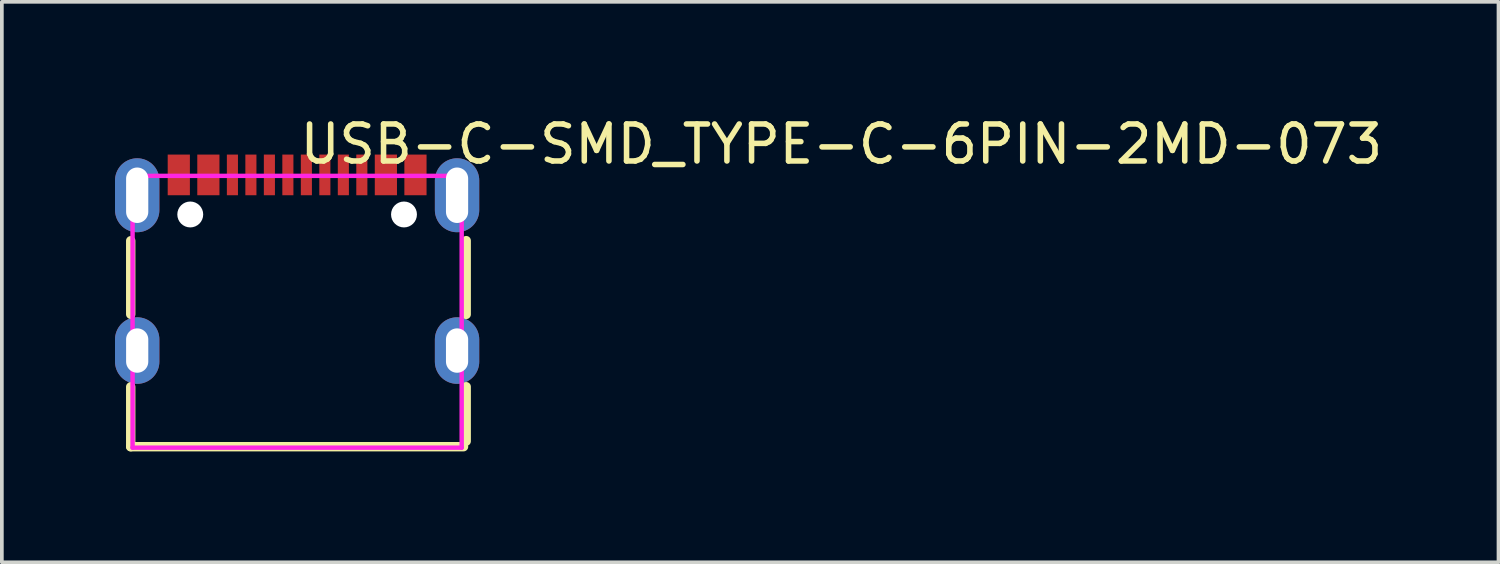
<source format=kicad_pcb>
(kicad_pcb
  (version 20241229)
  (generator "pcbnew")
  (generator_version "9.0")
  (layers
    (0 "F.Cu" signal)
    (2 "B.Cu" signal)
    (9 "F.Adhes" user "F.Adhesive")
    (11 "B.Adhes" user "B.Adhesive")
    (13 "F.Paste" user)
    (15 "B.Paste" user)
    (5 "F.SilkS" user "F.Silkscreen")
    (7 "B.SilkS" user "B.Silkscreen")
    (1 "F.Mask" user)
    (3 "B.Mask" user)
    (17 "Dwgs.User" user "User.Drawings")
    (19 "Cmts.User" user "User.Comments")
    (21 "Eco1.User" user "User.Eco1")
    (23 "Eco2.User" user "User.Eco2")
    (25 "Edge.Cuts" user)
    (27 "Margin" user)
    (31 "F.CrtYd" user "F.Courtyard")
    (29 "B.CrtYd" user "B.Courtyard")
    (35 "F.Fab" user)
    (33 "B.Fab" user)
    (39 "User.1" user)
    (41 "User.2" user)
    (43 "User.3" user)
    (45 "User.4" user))
  (footprint "USB-C-SMD_TYPE-C-6PIN-2MD-073"
    (layer "F.Cu")
    (at 4.985 4.055)
    (property "Reference" "USB-C-SMD_TYPE-C-6PIN-2MD-073" (at 0 -3.207 0) (layer "F.SilkS") (effects (font (size 1 1) (thickness 0.15)) (justify left)))
    (attr through_hole)
    (fp_line (start -4.5 1.394) (end -4.5 -0.594) (stroke (width 0.254) (type solid)) (layer "F.SilkS"))
    (fp_line (start -4.5 4.975) (end -4.5 3.356) (stroke (width 0.254) (type solid)) (layer "F.SilkS"))
    (fp_line (start 4.5 4.975) (end -4.5 4.975) (stroke (width 0.254) (type solid)) (layer "F.SilkS"))
    (fp_line (start 4.572 1.397) (end 4.572 -0.597) (stroke (width 0.254) (type solid)) (layer "F.SilkS"))
    (fp_line (start 4.572 4.826) (end 4.572 3.353) (stroke (width 0.254) (type solid)) (layer "F.SilkS"))
    (fp_poly (pts (xy -3.5 -2.925) (xy -3.5 -1.825) (xy -2.9 -1.825) (xy -2.9 -2.925)) (stroke (width 0.12) (type solid)) (fill yes) (layer "F.Paste"))
    (fp_poly (pts (xy -2.7 -2.925) (xy -2.7 -1.825) (xy -2.1 -1.825) (xy -2.1 -2.925)) (stroke (width 0.12) (type solid)) (fill yes) (layer "F.Paste"))
    (fp_poly (pts (xy -1.6 -1.825) (xy -1.6 -2.925) (xy -1.9 -2.925) (xy -1.9 -1.825)) (stroke (width 0.12) (type solid)) (fill yes) (layer "F.Paste"))
    (fp_poly (pts (xy -1.1 -1.825) (xy -1.1 -2.925) (xy -1.4 -2.925) (xy -1.4 -1.825)) (stroke (width 0.12) (type solid)) (fill yes) (layer "F.Paste"))
    (fp_poly (pts (xy -0.6 -1.825) (xy -0.6 -2.925) (xy -0.9 -2.925) (xy -0.9 -1.825)) (stroke (width 0.12) (type solid)) (fill yes) (layer "F.Paste"))
    (fp_poly (pts (xy -0.1 -1.825) (xy -0.1 -2.925) (xy -0.4 -2.925) (xy -0.4 -1.825)) (stroke (width 0.12) (type solid)) (fill yes) (layer "F.Paste"))
    (fp_poly (pts (xy 0.4 -1.825) (xy 0.4 -2.925) (xy 0.1 -2.925) (xy 0.1 -1.825)) (stroke (width 0.12) (type solid)) (fill yes) (layer "F.Paste"))
    (fp_poly (pts (xy 0.9 -1.825) (xy 0.9 -2.925) (xy 0.6 -2.925) (xy 0.6 -1.825)) (stroke (width 0.12) (type solid)) (fill yes) (layer "F.Paste"))
    (fp_poly (pts (xy 1.4 -1.825) (xy 1.4 -2.925) (xy 1.1 -2.925) (xy 1.1 -1.825)) (stroke (width 0.12) (type solid)) (fill yes) (layer "F.Paste"))
    (fp_poly (pts (xy 1.6 -2.925) (xy 1.6 -1.825) (xy 1.9 -1.825) (xy 1.9 -2.925)) (stroke (width 0.12) (type solid)) (fill yes) (layer "F.Paste"))
    (fp_poly (pts (xy 2.1 -2.925) (xy 2.1 -1.825) (xy 2.7 -1.825) (xy 2.7 -2.925)) (stroke (width 0.12) (type solid)) (fill yes) (layer "F.Paste"))
    (fp_poly (pts (xy 3.5 -1.825) (xy 3.5 -2.925) (xy 2.9 -2.925) (xy 2.9 -1.825)) (stroke (width 0.12) (type solid)) (fill yes) (layer "F.Paste"))
    (fp_poly (pts (xy -4.34 -2.825) (xy -4.37 -2.823) (xy -4.4 -2.82) (xy -4.429 -2.816) (xy -4.458 -2.81) (xy -4.487 -2.803) (xy -4.516 -2.794) (xy -4.544 -2.784) (xy -4.572 -2.772) (xy -4.599 -2.759) (xy -4.625 -2.745) (xy -4.651 -2.729) (xy -4.675 -2.712) (xy -4.699 -2.694) (xy -4.722 -2.675) (xy -4.744 -2.655) (xy -4.765 -2.633) (xy -4.785 -2.611) (xy -4.803 -2.587) (xy -4.821 -2.563) (xy -4.837 -2.538) (xy -4.852 -2.512) (xy -4.866 -2.485) (xy -4.878 -2.458) (xy -4.889 -2.43) (xy -4.898 -2.402) (xy -4.906 -2.373) (xy -4.913 -2.344) (xy -4.918 -2.315) (xy -4.922 -2.285) (xy -4.924 -2.255) (xy -4.925 -2.225) (xy -4.925 -1.425) (xy -4.924 -1.395) (xy -4.922 -1.365) (xy -4.918 -1.336) (xy -4.913 -1.306) (xy -4.906 -1.277) (xy -4.898 -1.248) (xy -4.889 -1.22) (xy -4.878 -1.192) (xy -4.866 -1.165) (xy -4.852 -1.138) (xy -4.837 -1.112) (xy -4.821 -1.087) (xy -4.803 -1.063) (xy -4.785 -1.039) (xy -4.765 -1.017) (xy -4.744 -0.996) (xy -4.722 -0.975) (xy -4.699 -0.956) (xy -4.675 -0.938) (xy -4.651 -0.921) (xy -4.625 -0.906) (xy -4.599 -0.891) (xy -4.572 -0.878) (xy -4.544 -0.867) (xy -4.516 -0.856) (xy -4.487 -0.848) (xy -4.458 -0.84) (xy -4.429 -0.834) (xy -4.4 -0.83) (xy -4.37 -0.827) (xy -4.34 -0.825) (xy -4.31 -0.825) (xy -4.28 -0.827) (xy -4.25 -0.83) (xy -4.221 -0.834) (xy -4.191 -0.84) (xy -4.162 -0.848) (xy -4.134 -0.856) (xy -4.106 -0.867) (xy -4.078 -0.878) (xy -4.051 -0.891) (xy -4.025 -0.906) (xy -3.999 -0.921) (xy -3.975 -0.938) (xy -3.951 -0.956) (xy -3.928 -0.975) (xy -3.906 -0.996) (xy -3.885 -1.017) (xy -3.865 -1.039) (xy -3.847 -1.063) (xy -3.829 -1.087) (xy -3.813 -1.112) (xy -3.798 -1.138) (xy -3.784 -1.165) (xy -3.772 -1.192) (xy -3.761 -1.22) (xy -3.752 -1.248) (xy -3.744 -1.277) (xy -3.737 -1.306) (xy -3.732 -1.336) (xy -3.728 -1.365) (xy -3.726 -1.395) (xy -3.725 -1.425) (xy -3.725 -2.225) (xy -3.726 -2.255) (xy -3.728 -2.285) (xy -3.732 -2.315) (xy -3.737 -2.344) (xy -3.744 -2.373) (xy -3.752 -2.402) (xy -3.761 -2.43) (xy -3.772 -2.458) (xy -3.784 -2.485) (xy -3.798 -2.512) (xy -3.813 -2.538) (xy -3.829 -2.563) (xy -3.847 -2.587) (xy -3.865 -2.611) (xy -3.885 -2.633) (xy -3.906 -2.655) (xy -3.928 -2.675) (xy -3.951 -2.694) (xy -3.975 -2.712) (xy -3.999 -2.729) (xy -4.025 -2.745) (xy -4.051 -2.759) (xy -4.078 -2.772) (xy -4.106 -2.784) (xy -4.134 -2.794) (xy -4.162 -2.803) (xy -4.191 -2.81) (xy -4.221 -2.816) (xy -4.25 -2.82) (xy -4.28 -2.823) (xy -4.31 -2.825)) (stroke (width 0.12) (type solid)) (fill yes) (layer "F.Paste"))
    (fp_poly (pts (xy -4.28 1.627) (xy -4.31 1.625) (xy -4.34 1.625) (xy -4.37 1.627) (xy -4.4 1.63) (xy -4.429 1.634) (xy -4.458 1.64) (xy -4.487 1.647) (xy -4.516 1.656) (xy -4.544 1.667) (xy -4.572 1.678) (xy -4.599 1.691) (xy -4.625 1.705) (xy -4.651 1.721) (xy -4.675 1.738) (xy -4.699 1.756) (xy -4.722 1.775) (xy -4.744 1.796) (xy -4.765 1.817) (xy -4.785 1.839) (xy -4.803 1.863) (xy -4.821 1.887) (xy -4.837 1.912) (xy -4.852 1.938) (xy -4.866 1.965) (xy -4.878 1.992) (xy -4.889 2.02) (xy -4.898 2.048) (xy -4.906 2.077) (xy -4.913 2.106) (xy -4.918 2.136) (xy -4.922 2.165) (xy -4.924 2.195) (xy -4.925 2.225) (xy -4.925 2.525) (xy -4.924 2.555) (xy -4.922 2.585) (xy -4.918 2.614) (xy -4.913 2.644) (xy -4.906 2.673) (xy -4.898 2.702) (xy -4.889 2.73) (xy -4.878 2.758) (xy -4.866 2.785) (xy -4.852 2.812) (xy -4.837 2.838) (xy -4.821 2.863) (xy -4.803 2.887) (xy -4.785 2.911) (xy -4.765 2.933) (xy -4.744 2.955) (xy -4.722 2.975) (xy -4.699 2.994) (xy -4.675 3.012) (xy -4.651 3.029) (xy -4.625 3.045) (xy -4.599 3.059) (xy -4.572 3.072) (xy -4.544 3.084) (xy -4.516 3.094) (xy -4.487 3.103) (xy -4.458 3.11) (xy -4.429 3.116) (xy -4.4 3.12) (xy -4.37 3.123) (xy -4.34 3.125) (xy -4.31 3.125) (xy -4.28 3.123) (xy -4.25 3.12) (xy -4.221 3.116) (xy -4.191 3.11) (xy -4.162 3.103) (xy -4.134 3.094) (xy -4.106 3.084) (xy -4.078 3.072) (xy -4.051 3.059) (xy -4.025 3.045) (xy -3.999 3.029) (xy -3.975 3.012) (xy -3.951 2.994) (xy -3.928 2.975) (xy -3.906 2.955) (xy -3.885 2.933) (xy -3.865 2.911) (xy -3.847 2.887) (xy -3.829 2.863) (xy -3.813 2.838) (xy -3.798 2.812) (xy -3.784 2.785) (xy -3.772 2.758) (xy -3.761 2.73) (xy -3.752 2.702) (xy -3.744 2.673) (xy -3.737 2.644) (xy -3.732 2.614) (xy -3.728 2.585) (xy -3.726 2.555) (xy -3.725 2.525) (xy -3.725 2.225) (xy -3.726 2.195) (xy -3.728 2.165) (xy -3.732 2.136) (xy -3.737 2.106) (xy -3.744 2.077) (xy -3.752 2.048) (xy -3.761 2.02) (xy -3.772 1.992) (xy -3.784 1.965) (xy -3.798 1.938) (xy -3.813 1.912) (xy -3.829 1.887) (xy -3.847 1.863) (xy -3.865 1.839) (xy -3.885 1.817) (xy -3.906 1.796) (xy -3.928 1.775) (xy -3.951 1.756) (xy -3.975 1.738) (xy -3.999 1.721) (xy -4.025 1.705) (xy -4.051 1.691) (xy -4.078 1.678) (xy -4.106 1.667) (xy -4.134 1.656) (xy -4.162 1.647) (xy -4.191 1.64) (xy -4.221 1.634) (xy -4.25 1.63)) (stroke (width 0.12) (type solid)) (fill yes) (layer "F.Paste"))
    (fp_poly (pts (xy 4.31 1.625) (xy 4.28 1.627) (xy 4.25 1.63) (xy 4.221 1.634) (xy 4.191 1.64) (xy 4.162 1.647) (xy 4.134 1.656) (xy 4.106 1.667) (xy 4.078 1.678) (xy 4.051 1.691) (xy 4.025 1.705) (xy 3.999 1.721) (xy 3.975 1.738) (xy 3.951 1.756) (xy 3.928 1.775) (xy 3.906 1.796) (xy 3.885 1.817) (xy 3.865 1.839) (xy 3.847 1.863) (xy 3.829 1.887) (xy 3.813 1.912) (xy 3.798 1.938) (xy 3.784 1.965) (xy 3.772 1.992) (xy 3.761 2.02) (xy 3.752 2.048) (xy 3.744 2.077) (xy 3.737 2.106) (xy 3.732 2.136) (xy 3.728 2.165) (xy 3.726 2.195) (xy 3.725 2.225) (xy 3.725 2.525) (xy 3.726 2.555) (xy 3.728 2.585) (xy 3.732 2.614) (xy 3.737 2.644) (xy 3.744 2.673) (xy 3.752 2.702) (xy 3.761 2.73) (xy 3.772 2.758) (xy 3.784 2.785) (xy 3.798 2.812) (xy 3.813 2.838) (xy 3.829 2.863) (xy 3.847 2.887) (xy 3.865 2.911) (xy 3.885 2.933) (xy 3.906 2.955) (xy 3.928 2.975) (xy 3.951 2.994) (xy 3.975 3.012) (xy 3.999 3.029) (xy 4.025 3.045) (xy 4.051 3.059) (xy 4.078 3.072) (xy 4.106 3.084) (xy 4.134 3.094) (xy 4.162 3.103) (xy 4.191 3.11) (xy 4.221 3.116) (xy 4.25 3.12) (xy 4.28 3.123) (xy 4.31 3.125) (xy 4.34 3.125) (xy 4.37 3.123) (xy 4.4 3.12) (xy 4.429 3.116) (xy 4.458 3.11) (xy 4.487 3.103) (xy 4.516 3.094) (xy 4.544 3.084) (xy 4.572 3.072) (xy 4.599 3.059) (xy 4.625 3.045) (xy 4.651 3.029) (xy 4.675 3.012) (xy 4.699 2.994) (xy 4.722 2.975) (xy 4.744 2.955) (xy 4.765 2.933) (xy 4.785 2.911) (xy 4.803 2.887) (xy 4.821 2.863) (xy 4.837 2.838) (xy 4.852 2.812) (xy 4.866 2.785) (xy 4.878 2.758) (xy 4.889 2.73) (xy 4.898 2.702) (xy 4.906 2.673) (xy 4.913 2.644) (xy 4.918 2.614) (xy 4.922 2.585) (xy 4.924 2.555) (xy 4.925 2.525) (xy 4.925 2.225) (xy 4.924 2.195) (xy 4.922 2.165) (xy 4.918 2.136) (xy 4.913 2.106) (xy 4.906 2.077) (xy 4.898 2.048) (xy 4.889 2.02) (xy 4.878 1.992) (xy 4.866 1.965) (xy 4.852 1.938) (xy 4.837 1.912) (xy 4.821 1.887) (xy 4.803 1.863) (xy 4.785 1.839) (xy 4.765 1.817) (xy 4.744 1.796) (xy 4.722 1.775) (xy 4.699 1.756) (xy 4.675 1.738) (xy 4.651 1.721) (xy 4.625 1.705) (xy 4.599 1.691) (xy 4.572 1.678) (xy 4.544 1.667) (xy 4.516 1.656) (xy 4.487 1.647) (xy 4.458 1.64) (xy 4.429 1.634) (xy 4.4 1.63) (xy 4.37 1.627) (xy 4.34 1.625)) (stroke (width 0.12) (type solid)) (fill yes) (layer "F.Paste"))
    (fp_poly (pts (xy 4.37 -2.823) (xy 4.34 -2.825) (xy 4.31 -2.825) (xy 4.28 -2.823) (xy 4.25 -2.82) (xy 4.221 -2.816) (xy 4.191 -2.81) (xy 4.162 -2.803) (xy 4.134 -2.794) (xy 4.106 -2.784) (xy 4.078 -2.772) (xy 4.051 -2.759) (xy 4.025 -2.745) (xy 3.999 -2.729) (xy 3.975 -2.712) (xy 3.951 -2.694) (xy 3.928 -2.675) (xy 3.906 -2.655) (xy 3.885 -2.633) (xy 3.865 -2.611) (xy 3.847 -2.587) (xy 3.829 -2.563) (xy 3.813 -2.538) (xy 3.798 -2.512) (xy 3.784 -2.485) (xy 3.772 -2.458) (xy 3.761 -2.43) (xy 3.752 -2.402) (xy 3.744 -2.373) (xy 3.737 -2.344) (xy 3.732 -2.315) (xy 3.728 -2.285) (xy 3.726 -2.255) (xy 3.725 -2.225) (xy 3.725 -1.425) (xy 3.726 -1.395) (xy 3.728 -1.365) (xy 3.732 -1.336) (xy 3.737 -1.306) (xy 3.744 -1.277) (xy 3.752 -1.248) (xy 3.761 -1.22) (xy 3.772 -1.192) (xy 3.784 -1.165) (xy 3.798 -1.138) (xy 3.813 -1.112) (xy 3.829 -1.087) (xy 3.847 -1.063) (xy 3.865 -1.039) (xy 3.885 -1.017) (xy 3.906 -0.996) (xy 3.928 -0.975) (xy 3.951 -0.956) (xy 3.975 -0.938) (xy 3.999 -0.921) (xy 4.025 -0.906) (xy 4.051 -0.891) (xy 4.078 -0.878) (xy 4.106 -0.867) (xy 4.134 -0.856) (xy 4.162 -0.848) (xy 4.191 -0.84) (xy 4.221 -0.834) (xy 4.25 -0.83) (xy 4.28 -0.827) (xy 4.31 -0.825) (xy 4.34 -0.825) (xy 4.37 -0.827) (xy 4.4 -0.83) (xy 4.429 -0.834) (xy 4.458 -0.84) (xy 4.487 -0.848) (xy 4.516 -0.856) (xy 4.544 -0.867) (xy 4.572 -0.878) (xy 4.599 -0.891) (xy 4.625 -0.906) (xy 4.651 -0.921) (xy 4.675 -0.938) (xy 4.699 -0.956) (xy 4.722 -0.975) (xy 4.744 -0.996) (xy 4.765 -1.017) (xy 4.785 -1.039) (xy 4.803 -1.063) (xy 4.821 -1.087) (xy 4.837 -1.112) (xy 4.852 -1.138) (xy 4.866 -1.165) (xy 4.878 -1.192) (xy 4.889 -1.22) (xy 4.898 -1.248) (xy 4.906 -1.277) (xy 4.913 -1.306) (xy 4.918 -1.336) (xy 4.922 -1.365) (xy 4.924 -1.395) (xy 4.925 -1.425) (xy 4.925 -2.225) (xy 4.924 -2.255) (xy 4.922 -2.285) (xy 4.918 -2.315) (xy 4.913 -2.344) (xy 4.906 -2.373) (xy 4.898 -2.402) (xy 4.889 -2.43) (xy 4.878 -2.458) (xy 4.866 -2.485) (xy 4.852 -2.512) (xy 4.837 -2.538) (xy 4.821 -2.563) (xy 4.803 -2.587) (xy 4.785 -2.611) (xy 4.765 -2.633) (xy 4.744 -2.655) (xy 4.722 -2.675) (xy 4.699 -2.694) (xy 4.675 -2.712) (xy 4.651 -2.729) (xy 4.625 -2.745) (xy 4.599 -2.759) (xy 4.572 -2.772) (xy 4.544 -2.784) (xy 4.516 -2.794) (xy 4.487 -2.803) (xy 4.458 -2.81) (xy 4.429 -2.816) (xy 4.4 -2.82)) (stroke (width 0.12) (type solid)) (fill yes) (layer "F.Paste"))
    (fp_circle (center -2.89 -1.305) (end -2.765 -1.305) (stroke (width 0.25) (type solid)) (fill no) (layer "Dwgs.User"))
    (fp_circle (center 2.89 -1.305) (end 3.015 -1.305) (stroke (width 0.25) (type solid)) (fill no) (layer "Dwgs.User"))
    (fp_circle (center -4.45 -2.649) (end -4.42 -2.649) (stroke (width 0.06) (type solid)) (fill no) (layer "Eco2.User"))
    (fp_poly (pts (xy -4.45 -2.349) (xy -4.2 -2.349) (xy -4.2 -1.249) (xy -4.45 -1.249)) (stroke (width 0.12) (type solid)) (fill no) (layer "Eco2.User"))
    (fp_poly (pts (xy -4.45 2.025) (xy -4.2 2.025) (xy -4.2 2.725) (xy -4.45 2.725)) (stroke (width 0.12) (type solid)) (fill no) (layer "Eco2.User"))
    (fp_poly (pts (xy -3.4 -2.649) (xy -3 -2.649) (xy -3 -1.799) (xy -3.4 -1.799)) (stroke (width 0.12) (type solid)) (fill no) (layer "Eco2.User"))
    (fp_poly (pts (xy -2.6 -2.649) (xy -2.2 -2.649) (xy -2.2 -1.799) (xy -2.6 -1.799)) (stroke (width 0.12) (type solid)) (fill no) (layer "Eco2.User"))
    (fp_poly (pts (xy -1.85 -2.649) (xy -1.65 -2.649) (xy -1.65 -1.799) (xy -1.85 -1.799)) (stroke (width 0.12) (type solid)) (fill no) (layer "Eco2.User"))
    (fp_poly (pts (xy -1.35 -2.649) (xy -1.15 -2.649) (xy -1.15 -1.799) (xy -1.35 -1.799)) (stroke (width 0.12) (type solid)) (fill no) (layer "Eco2.User"))
    (fp_poly (pts (xy -0.85 -2.649) (xy -0.65 -2.649) (xy -0.65 -1.799) (xy -0.85 -1.799)) (stroke (width 0.12) (type solid)) (fill no) (layer "Eco2.User"))
    (fp_poly (pts (xy -0.35 -2.649) (xy -0.15 -2.649) (xy -0.15 -1.799) (xy -0.35 -1.799)) (stroke (width 0.12) (type solid)) (fill no) (layer "Eco2.User"))
    (fp_poly (pts (xy 0.15 -2.649) (xy 0.35 -2.649) (xy 0.35 -1.799) (xy 0.15 -1.799)) (stroke (width 0.12) (type solid)) (fill no) (layer "Eco2.User"))
    (fp_poly (pts (xy 0.65 -2.649) (xy 0.85 -2.649) (xy 0.85 -1.799) (xy 0.65 -1.799)) (stroke (width 0.12) (type solid)) (fill no) (layer "Eco2.User"))
    (fp_poly (pts (xy 1.15 -2.649) (xy 1.35 -2.649) (xy 1.35 -1.799) (xy 1.15 -1.799)) (stroke (width 0.12) (type solid)) (fill no) (layer "Eco2.User"))
    (fp_poly (pts (xy 1.65 -2.649) (xy 1.85 -2.649) (xy 1.85 -1.799) (xy 1.65 -1.799)) (stroke (width 0.12) (type solid)) (fill no) (layer "Eco2.User"))
    (fp_poly (pts (xy 2.2 -2.649) (xy 2.6 -2.649) (xy 2.6 -1.799) (xy 2.2 -1.799)) (stroke (width 0.12) (type solid)) (fill no) (layer "Eco2.User"))
    (fp_poly (pts (xy 3 -2.649) (xy 3.4 -2.649) (xy 3.4 -1.799) (xy 3 -1.799)) (stroke (width 0.12) (type solid)) (fill no) (layer "Eco2.User"))
    (fp_poly (pts (xy 4.2 -2.349) (xy 4.45 -2.349) (xy 4.45 -1.249) (xy 4.2 -1.249)) (stroke (width 0.12) (type solid)) (fill no) (layer "Eco2.User"))
    (fp_poly (pts (xy 4.2 2.025) (xy 4.45 2.025) (xy 4.45 2.725) (xy 4.2 2.725)) (stroke (width 0.12) (type solid)) (fill no) (layer "Eco2.User"))
    (fp_line (start -4.45 -2.349) (end 4.45 -2.349) (stroke (width 0.12) (type solid)) (layer "F.CrtYd"))
    (fp_line (start -4.45 5.001) (end -4.45 -2.349) (stroke (width 0.12) (type solid)) (layer "F.CrtYd"))
    (fp_line (start 4.45 -2.349) (end 4.45 5.001) (stroke (width 0.12) (type solid)) (layer "F.CrtYd"))
    (fp_line (start 4.45 5.001) (end -4.45 5.001) (stroke (width 0.12) (type solid)) (layer "F.CrtYd"))
    (pad "" np_thru_hole circle (at -2.89 -1.305) (size 0.7 0.7) (drill 0.7) (layers "*.Cu" "*.Mask"))
    (pad "" np_thru_hole circle (at 2.89 -1.305) (size 0.7 0.7) (drill 0.7) (layers "*.Cu" "*.Mask"))
    (pad "1" smd rect (at -3.2 -2.375) (size 0.6 1.1) (layers "F.Cu" "F.Mask" "F.Paste"))
    (pad "2" smd rect (at -2.4 -2.375) (size 0.6 1.1) (layers "F.Cu" "F.Mask" "F.Paste"))
    (pad "3" smd rect (at -1.75 -2.375) (size 0.3 1.1) (layers "F.Cu" "F.Mask" "F.Paste"))
    (pad "4" smd rect (at -1.25 -2.375) (size 0.3 1.1) (layers "F.Cu" "F.Mask" "F.Paste"))
    (pad "5" smd rect (at -0.75 -2.375) (size 0.3 1.1) (layers "F.Cu" "F.Mask" "F.Paste"))
    (pad "6" smd rect (at -0.25 -2.375) (size 0.3 1.1) (layers "F.Cu" "F.Mask" "F.Paste"))
    (pad "7" smd rect (at 0.25 -2.375) (size 0.3 1.1) (layers "F.Cu" "F.Mask" "F.Paste"))
    (pad "8" smd rect (at 0.75 -2.375) (size 0.3 1.1) (layers "F.Cu" "F.Mask" "F.Paste"))
    (pad "9" smd rect (at 1.25 -2.375) (size 0.3 1.1) (layers "F.Cu" "F.Mask" "F.Paste"))
    (pad "10" smd rect (at 1.75 -2.375) (size 0.3 1.1) (layers "F.Cu" "F.Mask" "F.Paste"))
    (pad "11" smd rect (at 2.4 -2.375) (size 0.6 1.1) (layers "F.Cu" "F.Mask" "F.Paste"))
    (pad "12" smd rect (at 3.2 -2.375) (size 0.6 1.1) (layers "F.Cu" "F.Mask" "F.Paste"))
    (pad "13" thru_hole oval (at -4.325 -1.825) (size 1.2 2) (drill oval 0.6 1.5) (layers "*.Cu" "*.Mask"))
    (pad "13" thru_hole oval (at -4.325 2.375) (size 1.2 1.8) (drill oval 0.6 1.2) (layers "*.Cu" "*.Mask"))
    (pad "14" thru_hole oval (at 4.325 -1.825) (size 1.2 2) (drill oval 0.6 1.5) (layers "*.Cu" "*.Mask"))
    (pad "14" thru_hole oval (at 4.325 2.375) (size 1.2 1.8) (drill oval 0.6 1.2) (layers "*.Cu" "*.Mask")))
  (gr_rect
    (start -3 -3)
    (end 37.473 12.157)
    (stroke (width 0.1) (type default))
    (fill no)
    (layer "Edge.Cuts")))
</source>
